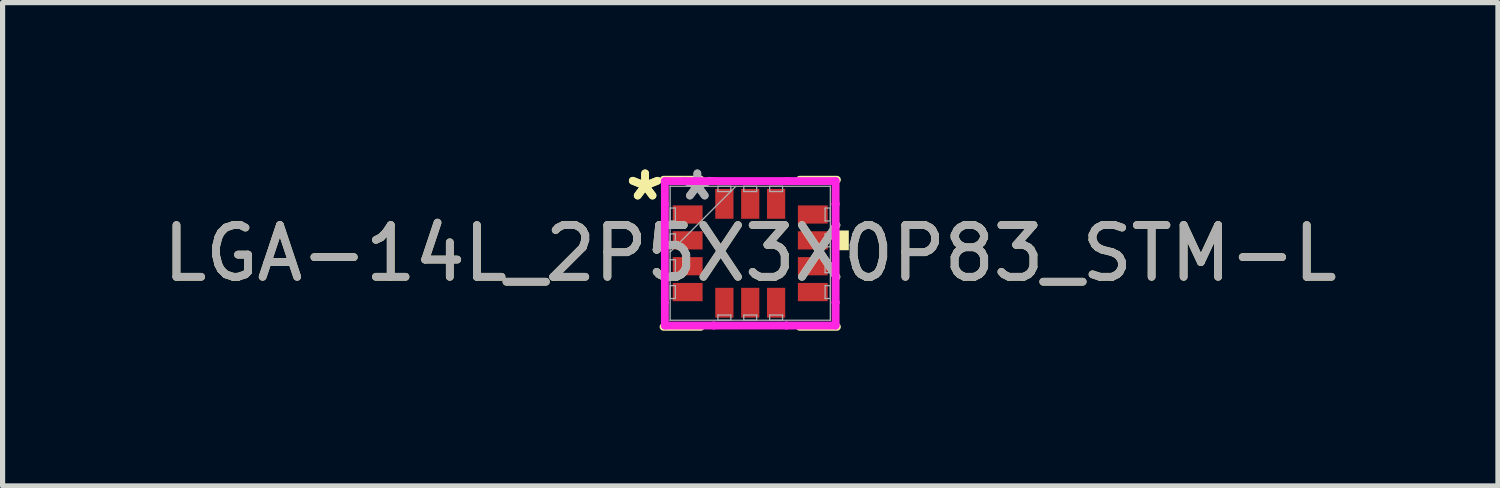
<source format=kicad_pcb>
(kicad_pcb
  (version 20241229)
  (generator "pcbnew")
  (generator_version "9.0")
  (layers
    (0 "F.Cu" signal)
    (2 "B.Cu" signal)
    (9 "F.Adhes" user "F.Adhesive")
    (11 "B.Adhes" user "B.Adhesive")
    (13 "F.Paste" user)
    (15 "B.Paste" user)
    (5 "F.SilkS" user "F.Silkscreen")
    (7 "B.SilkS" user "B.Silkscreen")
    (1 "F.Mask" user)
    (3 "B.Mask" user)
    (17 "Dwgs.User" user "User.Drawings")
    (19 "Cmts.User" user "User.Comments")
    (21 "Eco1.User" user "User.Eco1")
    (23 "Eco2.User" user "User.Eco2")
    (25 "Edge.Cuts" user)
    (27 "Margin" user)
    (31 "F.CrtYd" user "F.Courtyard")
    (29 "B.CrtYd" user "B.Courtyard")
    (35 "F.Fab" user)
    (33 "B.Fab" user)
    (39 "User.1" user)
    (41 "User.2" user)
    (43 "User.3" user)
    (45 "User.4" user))
  (footprint "LGA-14L_2P5X3X0P83_STM-L"
    (layer "F.Cu")
    (at 11.458 1.848)
    (property "Reference" "LGA-14L_2P5X3X0P83_STM-L" (at 0 0 0) (unlocked yes) (layer "F.SilkS") (effects (font (size 1 1) (thickness 0.15))))
    (attr smd)
    (fp_line (start -1.676 1.422) (end -0.957 1.422) (stroke (width 0.152) (type solid)) (layer "F.SilkS"))
    (fp_line (start -0.957 -1.422) (end -1.676 -1.422) (stroke (width 0.152) (type solid)) (layer "F.SilkS"))
    (fp_line (start 0.957 1.422) (end 1.676 1.422) (stroke (width 0.152) (type solid)) (layer "F.SilkS"))
    (fp_line (start 1.676 -1.422) (end 0.957 -1.422) (stroke (width 0.152) (type solid)) (layer "F.SilkS"))
    (fp_poly (pts (xy 1.906 -0.441) (xy 1.906 -0.059) (xy 1.652 -0.059) (xy 1.652 -0.441)) (stroke (width 0) (type solid)) (fill yes) (layer "F.SilkS"))
    (fp_line (start -1.651 -1.397) (end -0.702 -1.397) (stroke (width 0.152) (type solid)) (layer "F.CrtYd"))
    (fp_line (start -1.651 -0.952) (end -1.651 -1.397) (stroke (width 0.152) (type solid)) (layer "F.CrtYd"))
    (fp_line (start -1.651 -0.952) (end -1.651 -0.952) (stroke (width 0.152) (type solid)) (layer "F.CrtYd"))
    (fp_line (start -1.651 0.952) (end -1.651 -0.952) (stroke (width 0.152) (type solid)) (layer "F.CrtYd"))
    (fp_line (start -1.651 0.952) (end -1.651 0.952) (stroke (width 0.152) (type solid)) (layer "F.CrtYd"))
    (fp_line (start -1.651 1.397) (end -1.651 0.952) (stroke (width 0.152) (type solid)) (layer "F.CrtYd"))
    (fp_line (start -0.702 -1.397) (end -0.702 -1.397) (stroke (width 0.152) (type solid)) (layer "F.CrtYd"))
    (fp_line (start -0.702 -1.397) (end 0.702 -1.397) (stroke (width 0.152) (type solid)) (layer "F.CrtYd"))
    (fp_line (start -0.702 1.397) (end -1.651 1.397) (stroke (width 0.152) (type solid)) (layer "F.CrtYd"))
    (fp_line (start -0.702 1.397) (end -0.702 1.397) (stroke (width 0.152) (type solid)) (layer "F.CrtYd"))
    (fp_line (start 0.702 -1.397) (end 0.702 -1.397) (stroke (width 0.152) (type solid)) (layer "F.CrtYd"))
    (fp_line (start 0.702 -1.397) (end 1.651 -1.397) (stroke (width 0.152) (type solid)) (layer "F.CrtYd"))
    (fp_line (start 0.702 1.397) (end -0.702 1.397) (stroke (width 0.152) (type solid)) (layer "F.CrtYd"))
    (fp_line (start 0.702 1.397) (end 0.702 1.397) (stroke (width 0.152) (type solid)) (layer "F.CrtYd"))
    (fp_line (start 1.651 -1.397) (end 1.651 -0.952) (stroke (width 0.152) (type solid)) (layer "F.CrtYd"))
    (fp_line (start 1.651 -0.952) (end 1.651 -0.952) (stroke (width 0.152) (type solid)) (layer "F.CrtYd"))
    (fp_line (start 1.651 -0.952) (end 1.651 0.952) (stroke (width 0.152) (type solid)) (layer "F.CrtYd"))
    (fp_line (start 1.651 0.952) (end 1.651 0.952) (stroke (width 0.152) (type solid)) (layer "F.CrtYd"))
    (fp_line (start 1.651 0.952) (end 1.651 1.397) (stroke (width 0.152) (type solid)) (layer "F.CrtYd"))
    (fp_line (start 1.651 1.397) (end 0.702 1.397) (stroke (width 0.152) (type solid)) (layer "F.CrtYd"))
    (fp_line (start -1.549 -1.295) (end -1.549 -1.295) (stroke (width 0.025) (type solid)) (layer "F.Fab"))
    (fp_line (start -1.549 -1.295) (end -1.549 1.295) (stroke (width 0.025) (type solid)) (layer "F.Fab"))
    (fp_line (start -1.549 -0.875) (end -1.448 -0.875) (stroke (width 0.025) (type solid)) (layer "F.Fab"))
    (fp_line (start -1.549 -0.625) (end -1.549 -0.875) (stroke (width 0.025) (type solid)) (layer "F.Fab"))
    (fp_line (start -1.549 -0.375) (end -1.448 -0.375) (stroke (width 0.025) (type solid)) (layer "F.Fab"))
    (fp_line (start -1.549 -0.125) (end -1.549 -0.375) (stroke (width 0.025) (type solid)) (layer "F.Fab"))
    (fp_line (start -1.549 -0.025) (end -0.279 -1.295) (stroke (width 0.025) (type solid)) (layer "F.Fab"))
    (fp_line (start -1.549 0.125) (end -1.448 0.125) (stroke (width 0.025) (type solid)) (layer "F.Fab"))
    (fp_line (start -1.549 0.375) (end -1.549 0.125) (stroke (width 0.025) (type solid)) (layer "F.Fab"))
    (fp_line (start -1.549 0.625) (end -1.448 0.625) (stroke (width 0.025) (type solid)) (layer "F.Fab"))
    (fp_line (start -1.549 0.875) (end -1.549 0.625) (stroke (width 0.025) (type solid)) (layer "F.Fab"))
    (fp_line (start -1.549 1.295) (end -1.549 1.295) (stroke (width 0.025) (type solid)) (layer "F.Fab"))
    (fp_line (start -1.549 1.295) (end 1.549 1.295) (stroke (width 0.025) (type solid)) (layer "F.Fab"))
    (fp_line (start -1.448 -0.875) (end -1.448 -0.625) (stroke (width 0.025) (type solid)) (layer "F.Fab"))
    (fp_line (start -1.448 -0.625) (end -1.549 -0.625) (stroke (width 0.025) (type solid)) (layer "F.Fab"))
    (fp_line (start -1.448 -0.375) (end -1.448 -0.125) (stroke (width 0.025) (type solid)) (layer "F.Fab"))
    (fp_line (start -1.448 -0.125) (end -1.549 -0.125) (stroke (width 0.025) (type solid)) (layer "F.Fab"))
    (fp_line (start -1.448 0.125) (end -1.448 0.375) (stroke (width 0.025) (type solid)) (layer "F.Fab"))
    (fp_line (start -1.448 0.375) (end -1.549 0.375) (stroke (width 0.025) (type solid)) (layer "F.Fab"))
    (fp_line (start -1.448 0.625) (end -1.448 0.875) (stroke (width 0.025) (type solid)) (layer "F.Fab"))
    (fp_line (start -1.448 0.875) (end -1.549 0.875) (stroke (width 0.025) (type solid)) (layer "F.Fab"))
    (fp_line (start -0.625 -1.295) (end -0.375 -1.295) (stroke (width 0.025) (type solid)) (layer "F.Fab"))
    (fp_line (start -0.625 -1.194) (end -0.625 -1.295) (stroke (width 0.025) (type solid)) (layer "F.Fab"))
    (fp_line (start -0.625 1.194) (end -0.375 1.194) (stroke (width 0.025) (type solid)) (layer "F.Fab"))
    (fp_line (start -0.625 1.295) (end -0.625 1.194) (stroke (width 0.025) (type solid)) (layer "F.Fab"))
    (fp_line (start -0.375 -1.295) (end -0.375 -1.194) (stroke (width 0.025) (type solid)) (layer "F.Fab"))
    (fp_line (start -0.375 -1.194) (end -0.625 -1.194) (stroke (width 0.025) (type solid)) (layer "F.Fab"))
    (fp_line (start -0.375 1.194) (end -0.375 1.295) (stroke (width 0.025) (type solid)) (layer "F.Fab"))
    (fp_line (start -0.375 1.295) (end -0.625 1.295) (stroke (width 0.025) (type solid)) (layer "F.Fab"))
    (fp_line (start -0.125 -1.295) (end 0.125 -1.295) (stroke (width 0.025) (type solid)) (layer "F.Fab"))
    (fp_line (start -0.125 -1.194) (end -0.125 -1.295) (stroke (width 0.025) (type solid)) (layer "F.Fab"))
    (fp_line (start -0.125 1.194) (end 0.125 1.194) (stroke (width 0.025) (type solid)) (layer "F.Fab"))
    (fp_line (start -0.125 1.295) (end -0.125 1.194) (stroke (width 0.025) (type solid)) (layer "F.Fab"))
    (fp_line (start 0.125 -1.295) (end 0.125 -1.194) (stroke (width 0.025) (type solid)) (layer "F.Fab"))
    (fp_line (start 0.125 -1.194) (end -0.125 -1.194) (stroke (width 0.025) (type solid)) (layer "F.Fab"))
    (fp_line (start 0.125 1.194) (end 0.125 1.295) (stroke (width 0.025) (type solid)) (layer "F.Fab"))
    (fp_line (start 0.125 1.295) (end -0.125 1.295) (stroke (width 0.025) (type solid)) (layer "F.Fab"))
    (fp_line (start 0.375 -1.295) (end 0.625 -1.295) (stroke (width 0.025) (type solid)) (layer "F.Fab"))
    (fp_line (start 0.375 -1.194) (end 0.375 -1.295) (stroke (width 0.025) (type solid)) (layer "F.Fab"))
    (fp_line (start 0.375 1.194) (end 0.625 1.194) (stroke (width 0.025) (type solid)) (layer "F.Fab"))
    (fp_line (start 0.375 1.295) (end 0.375 1.194) (stroke (width 0.025) (type solid)) (layer "F.Fab"))
    (fp_line (start 0.625 -1.295) (end 0.625 -1.194) (stroke (width 0.025) (type solid)) (layer "F.Fab"))
    (fp_line (start 0.625 -1.194) (end 0.375 -1.194) (stroke (width 0.025) (type solid)) (layer "F.Fab"))
    (fp_line (start 0.625 1.194) (end 0.625 1.295) (stroke (width 0.025) (type solid)) (layer "F.Fab"))
    (fp_line (start 0.625 1.295) (end 0.375 1.295) (stroke (width 0.025) (type solid)) (layer "F.Fab"))
    (fp_line (start 1.448 -0.875) (end 1.549 -0.875) (stroke (width 0.025) (type solid)) (layer "F.Fab"))
    (fp_line (start 1.448 -0.625) (end 1.448 -0.875) (stroke (width 0.025) (type solid)) (layer "F.Fab"))
    (fp_line (start 1.448 -0.375) (end 1.549 -0.375) (stroke (width 0.025) (type solid)) (layer "F.Fab"))
    (fp_line (start 1.448 -0.125) (end 1.448 -0.375) (stroke (width 0.025) (type solid)) (layer "F.Fab"))
    (fp_line (start 1.448 0.125) (end 1.549 0.125) (stroke (width 0.025) (type solid)) (layer "F.Fab"))
    (fp_line (start 1.448 0.375) (end 1.448 0.125) (stroke (width 0.025) (type solid)) (layer "F.Fab"))
    (fp_line (start 1.448 0.625) (end 1.549 0.625) (stroke (width 0.025) (type solid)) (layer "F.Fab"))
    (fp_line (start 1.448 0.875) (end 1.448 0.625) (stroke (width 0.025) (type solid)) (layer "F.Fab"))
    (fp_line (start 1.549 -1.295) (end -1.549 -1.295) (stroke (width 0.025) (type solid)) (layer "F.Fab"))
    (fp_line (start 1.549 -1.295) (end 1.549 -1.295) (stroke (width 0.025) (type solid)) (layer "F.Fab"))
    (fp_line (start 1.549 -0.875) (end 1.549 -0.625) (stroke (width 0.025) (type solid)) (layer "F.Fab"))
    (fp_line (start 1.549 -0.625) (end 1.448 -0.625) (stroke (width 0.025) (type solid)) (layer "F.Fab"))
    (fp_line (start 1.549 -0.375) (end 1.549 -0.125) (stroke (width 0.025) (type solid)) (layer "F.Fab"))
    (fp_line (start 1.549 -0.125) (end 1.448 -0.125) (stroke (width 0.025) (type solid)) (layer "F.Fab"))
    (fp_line (start 1.549 0.125) (end 1.549 0.375) (stroke (width 0.025) (type solid)) (layer "F.Fab"))
    (fp_line (start 1.549 0.375) (end 1.448 0.375) (stroke (width 0.025) (type solid)) (layer "F.Fab"))
    (fp_line (start 1.549 0.625) (end 1.549 0.875) (stroke (width 0.025) (type solid)) (layer "F.Fab"))
    (fp_line (start 1.549 0.875) (end 1.448 0.875) (stroke (width 0.025) (type solid)) (layer "F.Fab"))
    (fp_line (start 1.549 1.295) (end 1.549 -1.295) (stroke (width 0.025) (type solid)) (layer "F.Fab"))
    (fp_line (start 1.549 1.295) (end 1.549 1.295) (stroke (width 0.025) (type solid)) (layer "F.Fab"))
    (fp_text user "*" (at -2.033 -1 0) (layer "F.SilkS") (effects (font (size 1 1) (thickness 0.15))))
    (fp_text user "*" (at -2.033 -1 0) (unlocked yes) (layer "F.SilkS") (effects (font (size 1 1) (thickness 0.15))))
    (fp_text user "${REFERENCE}" (at 0 0 0) (unlocked yes) (layer "F.Fab") (effects (font (size 1 1) (thickness 0.15))))
    (fp_text user "*" (at -1.023 -1 0) (layer "F.Fab") (effects (font (size 1 1) (thickness 0.15))))
    (fp_text user "*" (at -1.023 -1 0) (unlocked yes) (layer "F.Fab") (effects (font (size 1 1) (thickness 0.15))))
    (pad "1" smd rect (at -1.21 -0.75 90) (size 0.352 0.577) (layers "F.Cu" "F.Mask" "F.Paste"))
    (pad "2" smd rect (at -1.21 -0.25 90) (size 0.352 0.577) (layers "F.Cu" "F.Mask" "F.Paste"))
    (pad "3" smd rect (at -1.21 0.25 90) (size 0.352 0.577) (layers "F.Cu" "F.Mask" "F.Paste"))
    (pad "4" smd rect (at -1.21 0.75 90) (size 0.352 0.577) (layers "F.Cu" "F.Mask" "F.Paste"))
    (pad "5" smd rect (at -0.5 0.956) (size 0.352 0.577) (layers "F.Cu" "F.Mask" "F.Paste"))
    (pad "6" smd rect (at 0 0.956) (size 0.352 0.577) (layers "F.Cu" "F.Mask" "F.Paste"))
    (pad "7" smd rect (at 0.5 0.956) (size 0.352 0.577) (layers "F.Cu" "F.Mask" "F.Paste"))
    (pad "8" smd rect (at 1.21 0.75 90) (size 0.352 0.577) (layers "F.Cu" "F.Mask" "F.Paste"))
    (pad "9" smd rect (at 1.21 0.25 90) (size 0.352 0.577) (layers "F.Cu" "F.Mask" "F.Paste"))
    (pad "10" smd rect (at 1.21 -0.25 90) (size 0.352 0.577) (layers "F.Cu" "F.Mask" "F.Paste"))
    (pad "11" smd rect (at 1.21 -0.75 90) (size 0.352 0.577) (layers "F.Cu" "F.Mask" "F.Paste"))
    (pad "12" smd rect (at 0.5 -0.956) (size 0.352 0.577) (layers "F.Cu" "F.Mask" "F.Paste"))
    (pad "13" smd rect (at 0 -0.956) (size 0.352 0.577) (layers "F.Cu" "F.Mask" "F.Paste"))
    (pad "14" smd rect (at -0.5 -0.956) (size 0.352 0.577) (layers "F.Cu" "F.Mask" "F.Paste")))
  (gr_rect
    (start -3 -3)
    (end 25.917 6.347)
    (stroke (width 0.1) (type default))
    (fill no)
    (layer "Edge.Cuts")))
</source>
